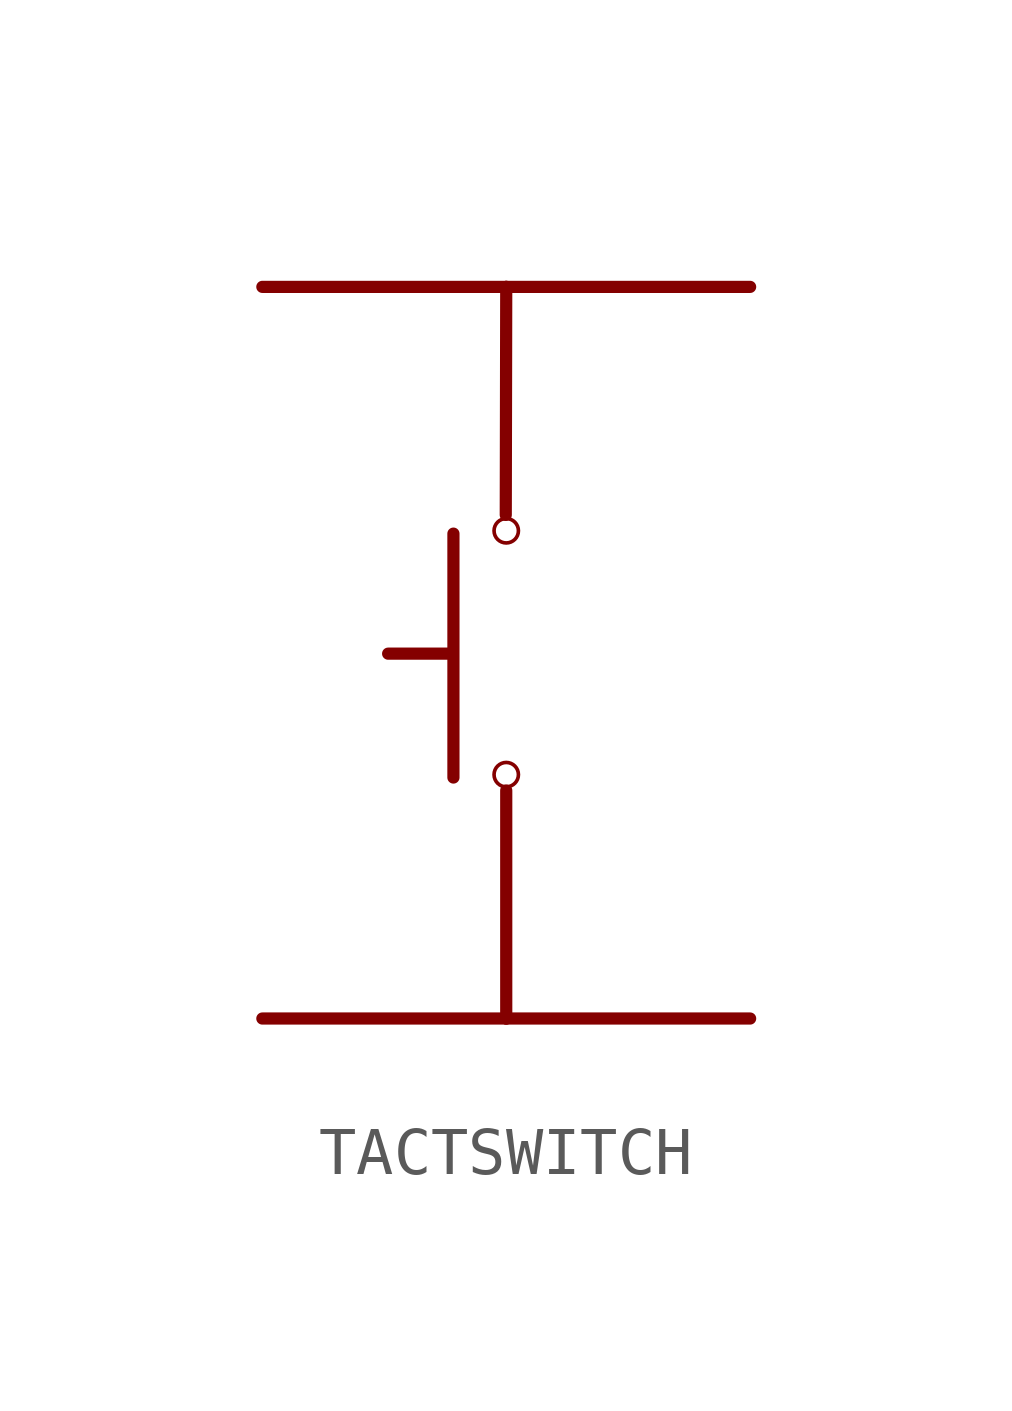
<source format=kicad_sym>
(kicad_symbol_lib
  (version 20220914)
  (generator kicad_symbol_editor)
  (symbol "TACTSWITCH"
    (property "Reference" ""
      (at 0 0 0)
      (effects (font (size 1.27 1.27)) hide))
    (property "ki_locked" ""
      (at 0 0 0)
      (effects (font (size 1.27 1.27))))
    (symbol "TACTSWITCH_1_0"
      (circle (center 0 -2.54) (radius 0.254) (stroke (width 0.076) (type solid)) (fill (type none)))
      (polyline (pts (xy -5.08 -7.62) (xy 0 -7.62)) (stroke (width 0.254) (type solid)) (fill (type none)))
      (polyline (pts (xy -5.08 7.62) (xy 0 7.62)) (stroke (width 0.254) (type solid)) (fill (type none)))
      (polyline (pts (xy -1.18 -0.02) (xy -2.46 -0.02)) (stroke (width 0.254) (type solid)) (fill (type none)))
      (polyline (pts (xy -1.1 2.48) (xy -1.1 -2.6)) (stroke (width 0.254) (type solid)) (fill (type none)))
      (polyline (pts (xy 0 -7.62) (xy 0 -2.87)) (stroke (width 0.254) (type solid)) (fill (type none)))
      (polyline (pts (xy 0 -7.62) (xy 5.08 -7.62)) (stroke (width 0.254) (type solid)) (fill (type none)))
      (polyline (pts (xy 0 7.62) (xy -0.01 2.87)) (stroke (width 0.254) (type solid)) (fill (type none)))
      (polyline (pts (xy 0 7.62) (xy 5.08 7.62)) (stroke (width 0.254) (type solid)) (fill (type none)))
      (circle (center 0 2.54) (radius 0.254) (stroke (width 0.076) (type solid)) (fill (type none)))
      (pin bidirectional line (at -5.07 7.62 0) (length 2.54) (name "P$1" (effects (font (size 0 0)))) (number "P$1" (effects (font (size 0 0)))))
      (pin bidirectional line (at -5.07 -7.62 0) (length 2.54) (name "P$2" (effects (font (size 0 0)))) (number "P$2" (effects (font (size 0 0)))))
      (pin bidirectional line (at 5.06 7.61 180) (length 2.54) (name "P$3" (effects (font (size 0 0)))) (number "P$3" (effects (font (size 0 0)))))
      (pin bidirectional line (at 5.05 -7.63 180) (length 2.54) (name "P$4" (effects (font (size 0 0)))) (number "P$4" (effects (font (size 0 0))))))))
</source>
